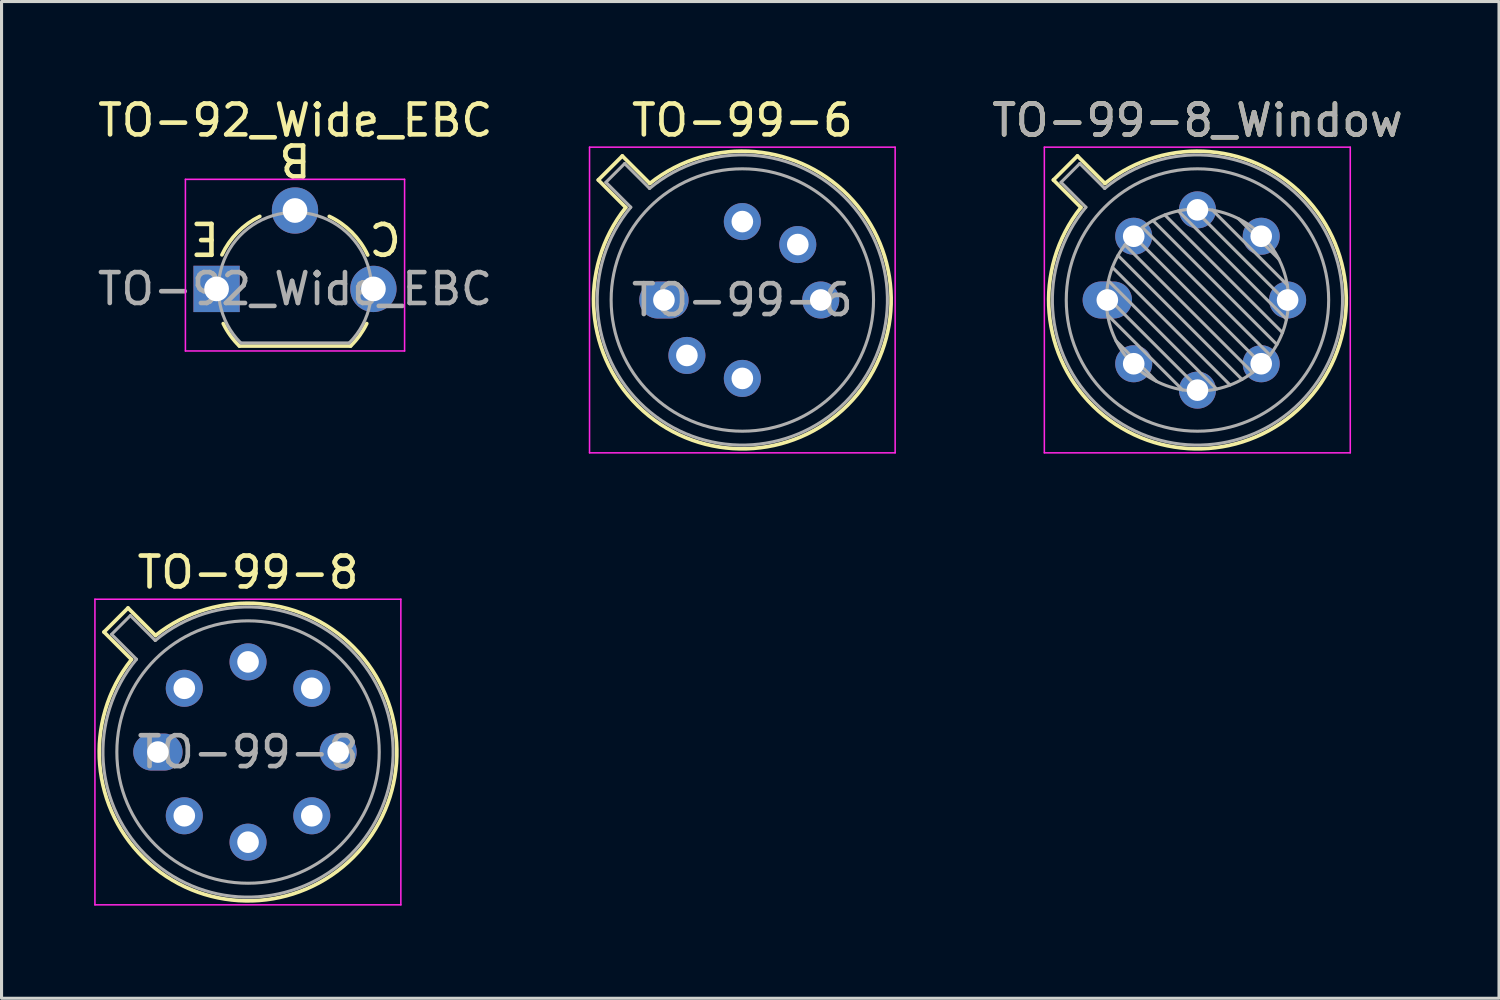
<source format=kicad_pcb>
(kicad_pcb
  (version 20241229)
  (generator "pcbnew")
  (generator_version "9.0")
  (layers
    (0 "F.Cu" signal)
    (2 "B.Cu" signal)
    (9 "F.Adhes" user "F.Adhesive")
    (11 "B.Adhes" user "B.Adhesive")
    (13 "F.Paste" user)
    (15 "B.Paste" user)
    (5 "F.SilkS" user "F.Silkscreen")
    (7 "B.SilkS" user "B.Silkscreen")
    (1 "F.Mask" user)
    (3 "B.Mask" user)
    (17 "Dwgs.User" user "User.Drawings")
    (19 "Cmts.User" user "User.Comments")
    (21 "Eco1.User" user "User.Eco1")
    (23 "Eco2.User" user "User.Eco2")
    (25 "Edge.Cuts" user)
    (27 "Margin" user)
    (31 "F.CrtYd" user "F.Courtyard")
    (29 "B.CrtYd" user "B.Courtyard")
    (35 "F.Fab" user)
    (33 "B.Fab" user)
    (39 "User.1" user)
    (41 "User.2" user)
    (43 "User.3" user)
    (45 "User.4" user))
  (footprint "TO-99-6"
    (layer "F.Cu")
    (at 18.457 6.668)
    (property "Reference" "TO-99-6" (at 2.54 -5.82 0) (layer "F.SilkS") (effects (font (size 1 1) (thickness 0.15))))
    (attr through_hole)
    (fp_line (start -2.126 -3.888) (end -1.235 -2.997) (stroke (width 0.12) (type solid)) (layer "F.SilkS"))
    (fp_line (start -1.348 -4.666) (end -2.126 -3.888) (stroke (width 0.12) (type solid)) (layer "F.SilkS"))
    (fp_line (start -0.457 -3.775) (end -1.348 -4.666) (stroke (width 0.12) (type solid)) (layer "F.SilkS"))
    (fp_arc (start -0.457084 -3.774902) (mid 5.948125 3.408384) (end -1.234674 -2.997371) (stroke (width 0.12) (type solid)) (layer "F.SilkS"))
    (fp_line (start -2.41 -4.95) (end -2.41 4.95) (stroke (width 0.05) (type solid)) (layer "F.CrtYd"))
    (fp_line (start -2.41 4.95) (end 7.49 4.95) (stroke (width 0.05) (type solid)) (layer "F.CrtYd"))
    (fp_line (start 7.49 -4.95) (end -2.41 -4.95) (stroke (width 0.05) (type solid)) (layer "F.CrtYd"))
    (fp_line (start 7.49 4.95) (end 7.49 -4.95) (stroke (width 0.05) (type solid)) (layer "F.CrtYd"))
    (fp_line (start -1.88 -3.812) (end -1.074 -3.005) (stroke (width 0.1) (type solid)) (layer "F.Fab"))
    (fp_line (start -1.272 -4.42) (end -1.88 -3.812) (stroke (width 0.1) (type solid)) (layer "F.Fab"))
    (fp_line (start -0.465 -3.614) (end -1.272 -4.42) (stroke (width 0.1) (type solid)) (layer "F.Fab"))
    (fp_arc (start -0.465408 -3.61352) (mid 5.863443 3.323361) (end -1.073594 -3.005319) (stroke (width 0.1) (type solid)) (layer "F.Fab"))
    (fp_circle (center 2.54 0) (end 6.79 0) (stroke (width 0.1) (type solid)) (fill no) (layer "F.Fab"))
    (fp_text user "${REFERENCE}" (at 2.54 0 0) (layer "F.Fab") (effects (font (size 1 1) (thickness 0.15))))
    (pad "1" thru_hole oval (at 0 0) (size 1.6 1.2) (drill 0.7) (layers "*.Cu" "*.Mask"))
    (pad "2" thru_hole oval (at 0.744 1.796) (size 1.2 1.2) (drill 0.7) (layers "*.Cu" "*.Mask"))
    (pad "3" thru_hole oval (at 2.54 2.54) (size 1.2 1.2) (drill 0.7) (layers "*.Cu" "*.Mask"))
    (pad "4" thru_hole oval (at 5.08 0) (size 1.2 1.2) (drill 0.7) (layers "*.Cu" "*.Mask"))
    (pad "5" thru_hole oval (at 4.336 -1.796) (size 1.2 1.2) (drill 0.7) (layers "*.Cu" "*.Mask"))
    (pad "6" thru_hole oval (at 2.54 -2.54) (size 1.2 1.2) (drill 0.7) (layers "*.Cu" "*.Mask")))
  (footprint "TO-99-8"
    (layer "F.Cu")
    (at 2.065 21.311)
    (property "Reference" "TO-99-8" (at 2.92 -5.82 0) (layer "F.SilkS") (effects (font (size 1 1) (thickness 0.15))))
    (attr through_hole)
    (fp_line (start -1.746 -3.888) (end -0.855 -2.997) (stroke (width 0.12) (type solid)) (layer "F.SilkS"))
    (fp_line (start -0.968 -4.666) (end -1.746 -3.888) (stroke (width 0.12) (type solid)) (layer "F.SilkS"))
    (fp_line (start -0.077 -3.775) (end -0.968 -4.666) (stroke (width 0.12) (type solid)) (layer "F.SilkS"))
    (fp_arc (start -0.077084 -3.774902) (mid 6.328125 3.408384) (end -0.854674 -2.997371) (stroke (width 0.12) (type solid)) (layer "F.SilkS"))
    (fp_line (start -2.04 -4.95) (end -2.04 4.95) (stroke (width 0.05) (type solid)) (layer "F.CrtYd"))
    (fp_line (start -2.04 4.95) (end 7.87 4.95) (stroke (width 0.05) (type solid)) (layer "F.CrtYd"))
    (fp_line (start 7.87 -4.95) (end -2.04 -4.95) (stroke (width 0.05) (type solid)) (layer "F.CrtYd"))
    (fp_line (start 7.87 4.95) (end 7.87 -4.95) (stroke (width 0.05) (type solid)) (layer "F.CrtYd"))
    (fp_line (start -1.5 -3.812) (end -0.694 -3.005) (stroke (width 0.1) (type solid)) (layer "F.Fab"))
    (fp_line (start -0.892 -4.42) (end -1.5 -3.812) (stroke (width 0.1) (type solid)) (layer "F.Fab"))
    (fp_line (start -0.085 -3.614) (end -0.892 -4.42) (stroke (width 0.1) (type solid)) (layer "F.Fab"))
    (fp_arc (start -0.085408 -3.61352) (mid 6.243443 3.323361) (end -0.693594 -3.005319) (stroke (width 0.1) (type solid)) (layer "F.Fab"))
    (fp_circle (center 2.92 0) (end 7.17 0) (stroke (width 0.1) (type solid)) (fill no) (layer "F.Fab"))
    (fp_text user "${REFERENCE}" (at 2.92 0 0) (layer "F.Fab") (effects (font (size 1 1) (thickness 0.15))))
    (pad "1" thru_hole oval (at 0 0) (size 1.6 1.2) (drill 0.7) (layers "*.Cu" "*.Mask"))
    (pad "2" thru_hole oval (at 0.855 2.065) (size 1.2 1.2) (drill 0.7) (layers "*.Cu" "*.Mask"))
    (pad "3" thru_hole oval (at 2.92 2.92) (size 1.2 1.2) (drill 0.7) (layers "*.Cu" "*.Mask"))
    (pad "4" thru_hole oval (at 4.985 2.065) (size 1.2 1.2) (drill 0.7) (layers "*.Cu" "*.Mask"))
    (pad "5" thru_hole oval (at 5.84 0) (size 1.2 1.2) (drill 0.7) (layers "*.Cu" "*.Mask"))
    (pad "6" thru_hole oval (at 4.985 -2.065) (size 1.2 1.2) (drill 0.7) (layers "*.Cu" "*.Mask"))
    (pad "7" thru_hole oval (at 2.92 -2.92) (size 1.2 1.2) (drill 0.7) (layers "*.Cu" "*.Mask"))
    (pad "8" thru_hole oval (at 0.855 -2.065) (size 1.2 1.2) (drill 0.7) (layers "*.Cu" "*.Mask")))
  (footprint "TO-92_Wide_EBC"
    (layer "F.Cu")
    (at 3.966 6.309)
    (property "Reference" "TO-92_Wide_EBC" (at 2.55 -5.461 0) (layer "F.SilkS") (effects (font (size 1 1) (thickness 0.15))))
    (fp_line (start 0.74 1.85) (end 4.34 1.85) (stroke (width 0.12) (type solid)) (layer "F.SilkS"))
    (fp_arc (start 0.172801 -1.103842) (mid 0.678995 -1.832692) (end 1.4 -2.35) (stroke (width 0.12) (type solid)) (layer "F.SilkS"))
    (fp_arc (start 0.74 1.85) (mid 0.446097 1.509328) (end 0.215816 1.122795) (stroke (width 0.12) (type solid)) (layer "F.SilkS"))
    (fp_arc (start 3.65 -2.35) (mid 4.382279 -1.833196) (end 4.895458 -1.098371) (stroke (width 0.12) (type solid)) (layer "F.SilkS"))
    (fp_arc (start 4.864184 1.122795) (mid 4.633903 1.509328) (end 4.34 1.85) (stroke (width 0.12) (type solid)) (layer "F.SilkS"))
    (fp_line (start -1.01 -3.55) (end -1.01 2.01) (stroke (width 0.05) (type solid)) (layer "F.CrtYd"))
    (fp_line (start -1.01 -3.55) (end 6.09 -3.55) (stroke (width 0.05) (type solid)) (layer "F.CrtYd"))
    (fp_line (start 6.09 2.01) (end -1.01 2.01) (stroke (width 0.05) (type solid)) (layer "F.CrtYd"))
    (fp_line (start 6.09 2.01) (end 6.09 -3.55) (stroke (width 0.05) (type solid)) (layer "F.CrtYd"))
    (fp_line (start 0.8 1.75) (end 4.3 1.75) (stroke (width 0.1) (type solid)) (layer "F.Fab"))
    (fp_arc (start 0.786375 1.753625) (mid 0.248779 -0.949055) (end 2.54 -2.48) (stroke (width 0.1) (type solid)) (layer "F.Fab"))
    (fp_arc (start 2.54 -2.48) (mid 4.831221 -0.949055) (end 4.293625 1.753625) (stroke (width 0.1) (type solid)) (layer "F.Fab"))
    (fp_text user "E" (at -0.381 -1.651 180) (unlocked yes) (layer "F.SilkS") (effects (font (size 1 1) (thickness 0.15))))
    (fp_text user "B" (at 2.54 -4.191 180) (unlocked yes) (layer "F.SilkS") (effects (font (size 1 1) (thickness 0.15))))
    (fp_text user "C" (at 5.461 -1.651 180) (unlocked yes) (layer "F.SilkS") (effects (font (size 1 1) (thickness 0.15))))
    (fp_text user "${REFERENCE}" (at 2.54 0 0) (layer "F.Fab") (effects (font (size 1 1) (thickness 0.15))))
    (pad "1" thru_hole rect (at 0 0 90) (size 1.5 1.5) (drill 0.8) (layers "*.Cu" "*.Mask"))
    (pad "2" thru_hole circle (at 2.54 -2.54 90) (size 1.5 1.5) (drill 0.8) (layers "*.Cu" "*.Mask"))
    (pad "3" thru_hole circle (at 5.08 0 90) (size 1.5 1.5) (drill 0.8) (layers "*.Cu" "*.Mask")))
  (footprint "TO-99-8_Window"
    (layer "F.Cu")
    (at 32.82 6.668)
    (property "Reference" "TO-99-8_Window" (at 2.92 -5.82 0) (layer "F.SilkS") (effects (font (size 1 1) (thickness 0.15))))
    (attr through_hole)
    (fp_line (start -1.746 -3.888) (end -0.855 -2.997) (stroke (width 0.12) (type solid)) (layer "F.SilkS"))
    (fp_line (start -0.968 -4.666) (end -1.746 -3.888) (stroke (width 0.12) (type solid)) (layer "F.SilkS"))
    (fp_line (start -0.077 -3.775) (end -0.968 -4.666) (stroke (width 0.12) (type solid)) (layer "F.SilkS"))
    (fp_arc (start -0.077084 -3.774902) (mid 6.328125 3.408384) (end -0.854674 -2.997371) (stroke (width 0.12) (type solid)) (layer "F.SilkS"))
    (fp_line (start -2.04 -4.95) (end -2.04 4.95) (stroke (width 0.05) (type solid)) (layer "F.CrtYd"))
    (fp_line (start -2.04 4.95) (end 7.87 4.95) (stroke (width 0.05) (type solid)) (layer "F.CrtYd"))
    (fp_line (start 7.87 -4.95) (end -2.04 -4.95) (stroke (width 0.05) (type solid)) (layer "F.CrtYd"))
    (fp_line (start 7.87 4.95) (end 7.87 -4.95) (stroke (width 0.05) (type solid)) (layer "F.CrtYd"))
    (fp_line (start -1.5 -3.812) (end -0.694 -3.005) (stroke (width 0.1) (type solid)) (layer "F.Fab"))
    (fp_line (start -0.892 -4.42) (end -1.5 -3.812) (stroke (width 0.1) (type solid)) (layer "F.Fab"))
    (fp_line (start -0.085 -3.614) (end -0.892 -4.42) (stroke (width 0.1) (type solid)) (layer "F.Fab"))
    (fp_line (start -0.028 -0.12) (end 3.04 2.948) (stroke (width 0.1) (type solid)) (layer "F.Fab"))
    (fp_line (start 0.009 0.485) (end 2.435 2.911) (stroke (width 0.1) (type solid)) (layer "F.Fab"))
    (fp_line (start 0.036 -0.622) (end 3.542 2.884) (stroke (width 0.1) (type solid)) (layer "F.Fab"))
    (fp_line (start 0.165 -1.058) (end 3.978 2.755) (stroke (width 0.1) (type solid)) (layer "F.Fab"))
    (fp_line (start 0.283 1.324) (end 1.596 2.637) (stroke (width 0.1) (type solid)) (layer "F.Fab"))
    (fp_line (start 0.346 -1.443) (end 4.363 2.574) (stroke (width 0.1) (type solid)) (layer "F.Fab"))
    (fp_line (start 0.57 -1.784) (end 4.704 2.35) (stroke (width 0.1) (type solid)) (layer "F.Fab"))
    (fp_line (start 0.834 -2.086) (end 5.006 2.086) (stroke (width 0.1) (type solid)) (layer "F.Fab"))
    (fp_line (start 1.136 -2.35) (end 5.27 1.784) (stroke (width 0.1) (type solid)) (layer "F.Fab"))
    (fp_line (start 1.477 -2.574) (end 5.494 1.443) (stroke (width 0.1) (type solid)) (layer "F.Fab"))
    (fp_line (start 1.862 -2.755) (end 5.675 1.058) (stroke (width 0.1) (type solid)) (layer "F.Fab"))
    (fp_line (start 2.298 -2.884) (end 5.804 0.622) (stroke (width 0.1) (type solid)) (layer "F.Fab"))
    (fp_line (start 2.8 -2.948) (end 5.868 0.12) (stroke (width 0.1) (type solid)) (layer "F.Fab"))
    (fp_line (start 3.405 -2.911) (end 5.831 -0.485) (stroke (width 0.1) (type solid)) (layer "F.Fab"))
    (fp_line (start 4.244 -2.637) (end 5.557 -1.324) (stroke (width 0.1) (type solid)) (layer "F.Fab"))
    (fp_arc (start -0.085408 -3.61352) (mid 6.243443 3.323361) (end -0.693594 -3.005319) (stroke (width 0.1) (type solid)) (layer "F.Fab"))
    (fp_circle (center 2.92 0) (end 5.87 0) (stroke (width 0.1) (type solid)) (fill no) (layer "F.Fab"))
    (fp_circle (center 2.92 0) (end 7.17 0) (stroke (width 0.1) (type solid)) (fill no) (layer "F.Fab"))
    (fp_text user "${REFERENCE}" (at 2.92 -5.82 0) (layer "F.Fab") (effects (font (size 1 1) (thickness 0.15))))
    (pad "1" thru_hole oval (at 0 0) (size 1.6 1.2) (drill 0.7) (layers "*.Cu" "*.Mask"))
    (pad "2" thru_hole oval (at 0.855 2.065) (size 1.2 1.2) (drill 0.7) (layers "*.Cu" "*.Mask"))
    (pad "3" thru_hole oval (at 2.92 2.92) (size 1.2 1.2) (drill 0.7) (layers "*.Cu" "*.Mask"))
    (pad "4" thru_hole oval (at 4.985 2.065) (size 1.2 1.2) (drill 0.7) (layers "*.Cu" "*.Mask"))
    (pad "5" thru_hole oval (at 5.84 0) (size 1.2 1.2) (drill 0.7) (layers "*.Cu" "*.Mask"))
    (pad "6" thru_hole oval (at 4.985 -2.065) (size 1.2 1.2) (drill 0.7) (layers "*.Cu" "*.Mask"))
    (pad "7" thru_hole oval (at 2.92 -2.92) (size 1.2 1.2) (drill 0.7) (layers "*.Cu" "*.Mask"))
    (pad "8" thru_hole oval (at 0.855 -2.065) (size 1.2 1.2) (drill 0.7) (layers "*.Cu" "*.Mask")))
  (gr_rect
    (start -3 -3)
    (end 45.508 29.287)
    (stroke (width 0.1) (type default))
    (fill no)
    (layer "Edge.Cuts")))
</source>
